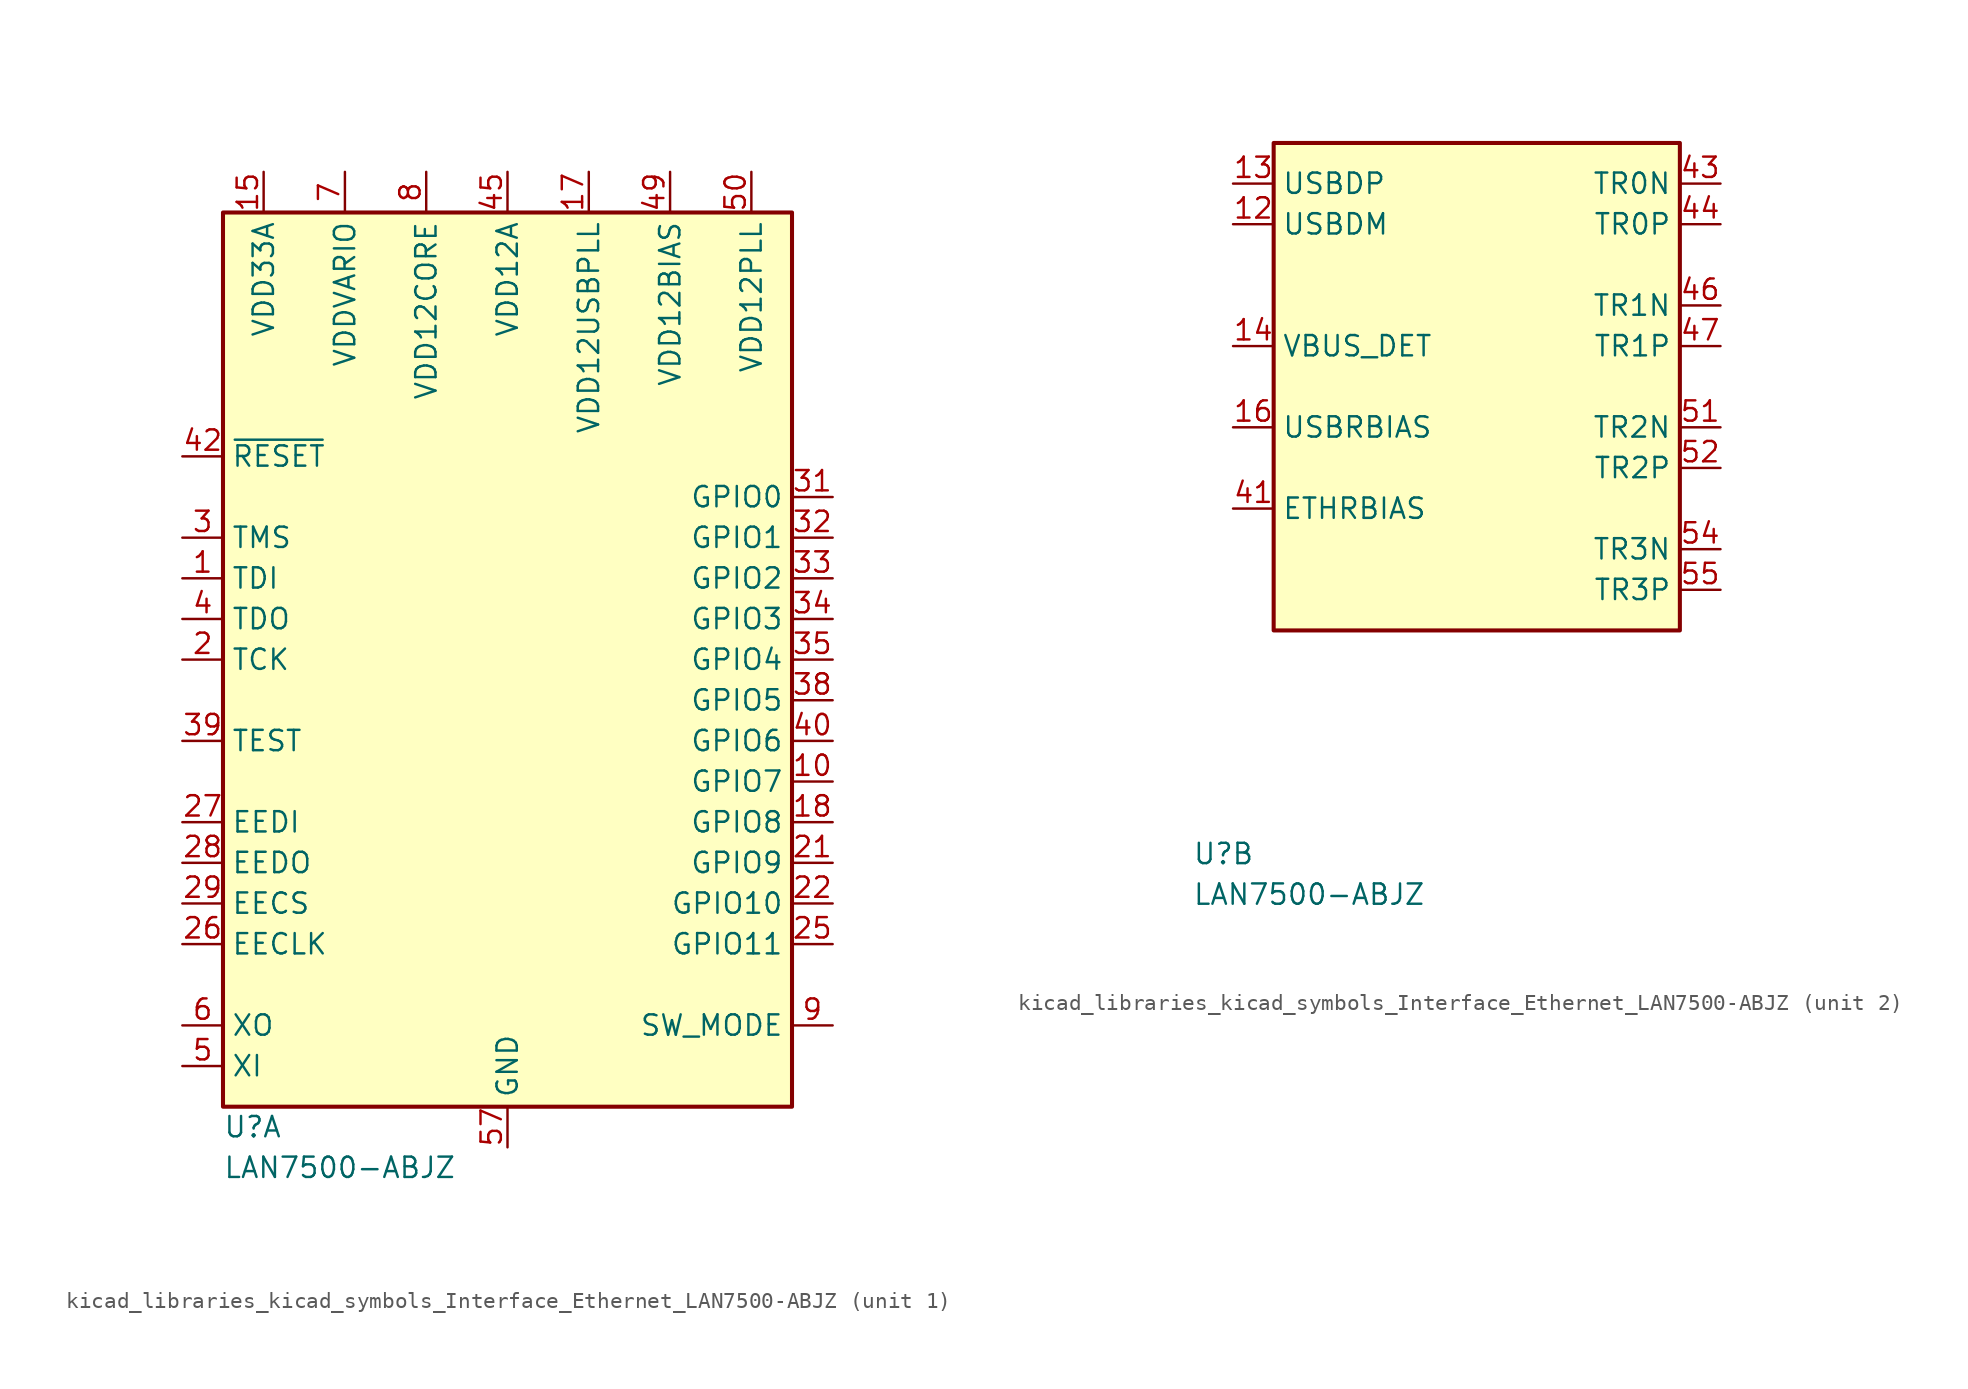
<source format=kicad_sym>
(kicad_symbol_lib
  (version 20220914)
  (generator kicad_symbol_editor)
  (symbol "kicad_libraries_kicad_symbols_Interface_Ethernet_LAN7500-ABJZ"
    (property "Reference" "U"
      (at -17.78 -29.21 0)
      (effects (font (size 1.27 1.27)) (justify left)))
    (property "Value" "LAN7500-ABJZ"
      (at -17.78 -31.75 0)
      (effects (font (size 1.27 1.27)) (justify left)))
    (property "ki_locked" ""
      (at 0 0 0)
      (effects (font (size 1.27 1.27))))
    (symbol "kicad_libraries_kicad_symbols_Interface_Ethernet_LAN7500-ABJZ_1_1"
      (rectangle (start -17.78 27.94) (end 17.78 -27.94) (stroke (width 0.254) (type default)) (fill (type background)))
      (pin input line (at -20.32 5.08 0) (length 2.54) (name "TDI" (effects (font (size 1.27 1.27)))) (number "1" (effects (font (size 1.27 1.27)))))
      (pin bidirectional line (at 20.32 -7.62 180) (length 2.54) (name "GPIO7" (effects (font (size 1.27 1.27)))) (number "10" (effects (font (size 1.27 1.27)))))
      (pin passive line (at -5.08 30.48 270) (length 2.54) hide (name "VDD12CORE" (effects (font (size 1.27 1.27)))) (number "11" (effects (font (size 1.27 1.27)))))
      (pin power_in line (at -15.24 30.48 270) (length 2.54) (name "VDD33A" (effects (font (size 1.27 1.27)))) (number "15" (effects (font (size 1.27 1.27)))))
      (pin power_in line (at 5.08 30.48 270) (length 2.54) (name "VDD12USBPLL" (effects (font (size 1.27 1.27)))) (number "17" (effects (font (size 1.27 1.27)))))
      (pin bidirectional line (at 20.32 -10.16 180) (length 2.54) (name "GPIO8" (effects (font (size 1.27 1.27)))) (number "18" (effects (font (size 1.27 1.27)))))
      (pin passive line (at -10.16 30.48 270) (length 2.54) hide (name "VDDVARIO" (effects (font (size 1.27 1.27)))) (number "19" (effects (font (size 1.27 1.27)))))
      (pin input line (at -20.32 0 0) (length 2.54) (name "TCK" (effects (font (size 1.27 1.27)))) (number "2" (effects (font (size 1.27 1.27)))))
      (pin passive line (at -5.08 30.48 270) (length 2.54) hide (name "VDD12CORE" (effects (font (size 1.27 1.27)))) (number "20" (effects (font (size 1.27 1.27)))))
      (pin bidirectional line (at 20.32 -12.7 180) (length 2.54) (name "GPIO9" (effects (font (size 1.27 1.27)))) (number "21" (effects (font (size 1.27 1.27)))))
      (pin bidirectional line (at 20.32 -15.24 180) (length 2.54) (name "GPIO10" (effects (font (size 1.27 1.27)))) (number "22" (effects (font (size 1.27 1.27)))))
      (pin passive line (at -5.08 30.48 270) (length 2.54) hide (name "VDD12CORE" (effects (font (size 1.27 1.27)))) (number "23" (effects (font (size 1.27 1.27)))))
      (pin passive line (at -10.16 30.48 270) (length 2.54) hide (name "VDDVARIO" (effects (font (size 1.27 1.27)))) (number "24" (effects (font (size 1.27 1.27)))))
      (pin bidirectional line (at 20.32 -17.78 180) (length 2.54) (name "GPIO11" (effects (font (size 1.27 1.27)))) (number "25" (effects (font (size 1.27 1.27)))))
      (pin output line (at -20.32 -17.78 0) (length 2.54) (name "EECLK" (effects (font (size 1.27 1.27)))) (number "26" (effects (font (size 1.27 1.27)))))
      (pin input line (at -20.32 -10.16 0) (length 2.54) (name "EEDI" (effects (font (size 1.27 1.27)))) (number "27" (effects (font (size 1.27 1.27)))))
      (pin output line (at -20.32 -12.7 0) (length 2.54) (name "EEDO" (effects (font (size 1.27 1.27)))) (number "28" (effects (font (size 1.27 1.27)))))
      (pin output line (at -20.32 -15.24 0) (length 2.54) (name "EECS" (effects (font (size 1.27 1.27)))) (number "29" (effects (font (size 1.27 1.27)))))
      (pin input line (at -20.32 7.62 0) (length 2.54) (name "TMS" (effects (font (size 1.27 1.27)))) (number "3" (effects (font (size 1.27 1.27)))))
      (pin passive line (at -5.08 30.48 270) (length 2.54) hide (name "VDD12CORE" (effects (font (size 1.27 1.27)))) (number "30" (effects (font (size 1.27 1.27)))))
      (pin bidirectional line (at 20.32 10.16 180) (length 2.54) (name "GPIO0" (effects (font (size 1.27 1.27)))) (number "31" (effects (font (size 1.27 1.27)))))
      (pin bidirectional line (at 20.32 7.62 180) (length 2.54) (name "GPIO1" (effects (font (size 1.27 1.27)))) (number "32" (effects (font (size 1.27 1.27)))))
      (pin bidirectional line (at 20.32 5.08 180) (length 2.54) (name "GPIO2" (effects (font (size 1.27 1.27)))) (number "33" (effects (font (size 1.27 1.27)))))
      (pin bidirectional line (at 20.32 2.54 180) (length 2.54) (name "GPIO3" (effects (font (size 1.27 1.27)))) (number "34" (effects (font (size 1.27 1.27)))))
      (pin bidirectional line (at 20.32 0 180) (length 2.54) (name "GPIO4" (effects (font (size 1.27 1.27)))) (number "35" (effects (font (size 1.27 1.27)))))
      (pin passive line (at -5.08 30.48 270) (length 2.54) hide (name "VDD12CORE" (effects (font (size 1.27 1.27)))) (number "36" (effects (font (size 1.27 1.27)))))
      (pin passive line (at -10.16 30.48 270) (length 2.54) hide (name "VDDVARIO" (effects (font (size 1.27 1.27)))) (number "37" (effects (font (size 1.27 1.27)))))
      (pin bidirectional line (at 20.32 -2.54 180) (length 2.54) (name "GPIO5" (effects (font (size 1.27 1.27)))) (number "38" (effects (font (size 1.27 1.27)))))
      (pin input line (at -20.32 -5.08 0) (length 2.54) (name "TEST" (effects (font (size 1.27 1.27)))) (number "39" (effects (font (size 1.27 1.27)))))
      (pin output line (at -20.32 2.54 0) (length 2.54) (name "TDO" (effects (font (size 1.27 1.27)))) (number "4" (effects (font (size 1.27 1.27)))))
      (pin bidirectional line (at 20.32 -5.08 180) (length 2.54) (name "GPIO6" (effects (font (size 1.27 1.27)))) (number "40" (effects (font (size 1.27 1.27)))))
      (pin input line (at -20.32 12.7 0) (length 2.54) (name "~{RESET}" (effects (font (size 1.27 1.27)))) (number "42" (effects (font (size 1.27 1.27)))))
      (pin power_in line (at 0 30.48 270) (length 2.54) (name "VDD12A" (effects (font (size 1.27 1.27)))) (number "45" (effects (font (size 1.27 1.27)))))
      (pin passive line (at 0 30.48 270) (length 2.54) hide (name "VDD12A" (effects (font (size 1.27 1.27)))) (number "48" (effects (font (size 1.27 1.27)))))
      (pin power_in line (at 10.16 30.48 270) (length 2.54) (name "VDD12BIAS" (effects (font (size 1.27 1.27)))) (number "49" (effects (font (size 1.27 1.27)))))
      (pin input line (at -20.32 -25.4 0) (length 2.54) (name "XI" (effects (font (size 1.27 1.27)))) (number "5" (effects (font (size 1.27 1.27)))))
      (pin power_in line (at 15.24 30.48 270) (length 2.54) (name "VDD12PLL" (effects (font (size 1.27 1.27)))) (number "50" (effects (font (size 1.27 1.27)))))
      (pin passive line (at 0 30.48 270) (length 2.54) hide (name "VDD12A" (effects (font (size 1.27 1.27)))) (number "53" (effects (font (size 1.27 1.27)))))
      (pin passive line (at 0 30.48 270) (length 2.54) hide (name "VDD12A" (effects (font (size 1.27 1.27)))) (number "56" (effects (font (size 1.27 1.27)))))
      (pin power_in line (at 0 -30.48 90) (length 2.54) (name "GND" (effects (font (size 1.27 1.27)))) (number "57" (effects (font (size 1.27 1.27)))))
      (pin output line (at -20.32 -22.86 0) (length 2.54) (name "XO" (effects (font (size 1.27 1.27)))) (number "6" (effects (font (size 1.27 1.27)))))
      (pin power_in line (at -10.16 30.48 270) (length 2.54) (name "VDDVARIO" (effects (font (size 1.27 1.27)))) (number "7" (effects (font (size 1.27 1.27)))))
      (pin power_in line (at -5.08 30.48 270) (length 2.54) (name "VDD12CORE" (effects (font (size 1.27 1.27)))) (number "8" (effects (font (size 1.27 1.27)))))
      (pin output line (at 20.32 -22.86 180) (length 2.54) (name "SW_MODE" (effects (font (size 1.27 1.27)))) (number "9" (effects (font (size 1.27 1.27))))))
    (symbol "kicad_libraries_kicad_symbols_Interface_Ethernet_LAN7500-ABJZ_2_1"
      (rectangle (start 12.7 -15.24) (end -12.7 15.24) (stroke (width 0.254) (type default)) (fill (type background)))
      (pin bidirectional line (at -15.24 10.16 0) (length 2.54) (name "USBDM" (effects (font (size 1.27 1.27)))) (number "12" (effects (font (size 1.27 1.27)))))
      (pin bidirectional line (at -15.24 12.7 0) (length 2.54) (name "USBDP" (effects (font (size 1.27 1.27)))) (number "13" (effects (font (size 1.27 1.27)))))
      (pin input line (at -15.24 2.54 0) (length 2.54) (name "VBUS_DET" (effects (font (size 1.27 1.27)))) (number "14" (effects (font (size 1.27 1.27)))))
      (pin passive line (at -15.24 -2.54 0) (length 2.54) (name "USBRBIAS" (effects (font (size 1.27 1.27)))) (number "16" (effects (font (size 1.27 1.27)))))
      (pin passive line (at -15.24 -7.62 0) (length 2.54) (name "ETHRBIAS" (effects (font (size 1.27 1.27)))) (number "41" (effects (font (size 1.27 1.27)))))
      (pin bidirectional line (at 15.24 12.7 180) (length 2.54) (name "TR0N" (effects (font (size 1.27 1.27)))) (number "43" (effects (font (size 1.27 1.27)))))
      (pin bidirectional line (at 15.24 10.16 180) (length 2.54) (name "TR0P" (effects (font (size 1.27 1.27)))) (number "44" (effects (font (size 1.27 1.27)))))
      (pin bidirectional line (at 15.24 5.08 180) (length 2.54) (name "TR1N" (effects (font (size 1.27 1.27)))) (number "46" (effects (font (size 1.27 1.27)))))
      (pin bidirectional line (at 15.24 2.54 180) (length 2.54) (name "TR1P" (effects (font (size 1.27 1.27)))) (number "47" (effects (font (size 1.27 1.27)))))
      (pin bidirectional line (at 15.24 -2.54 180) (length 2.54) (name "TR2N" (effects (font (size 1.27 1.27)))) (number "51" (effects (font (size 1.27 1.27)))))
      (pin bidirectional line (at 15.24 -5.08 180) (length 2.54) (name "TR2P" (effects (font (size 1.27 1.27)))) (number "52" (effects (font (size 1.27 1.27)))))
      (pin bidirectional line (at 15.24 -10.16 180) (length 2.54) (name "TR3N" (effects (font (size 1.27 1.27)))) (number "54" (effects (font (size 1.27 1.27)))))
      (pin bidirectional line (at 15.24 -12.7 180) (length 2.54) (name "TR3P" (effects (font (size 1.27 1.27)))) (number "55" (effects (font (size 1.27 1.27))))))))
</source>
